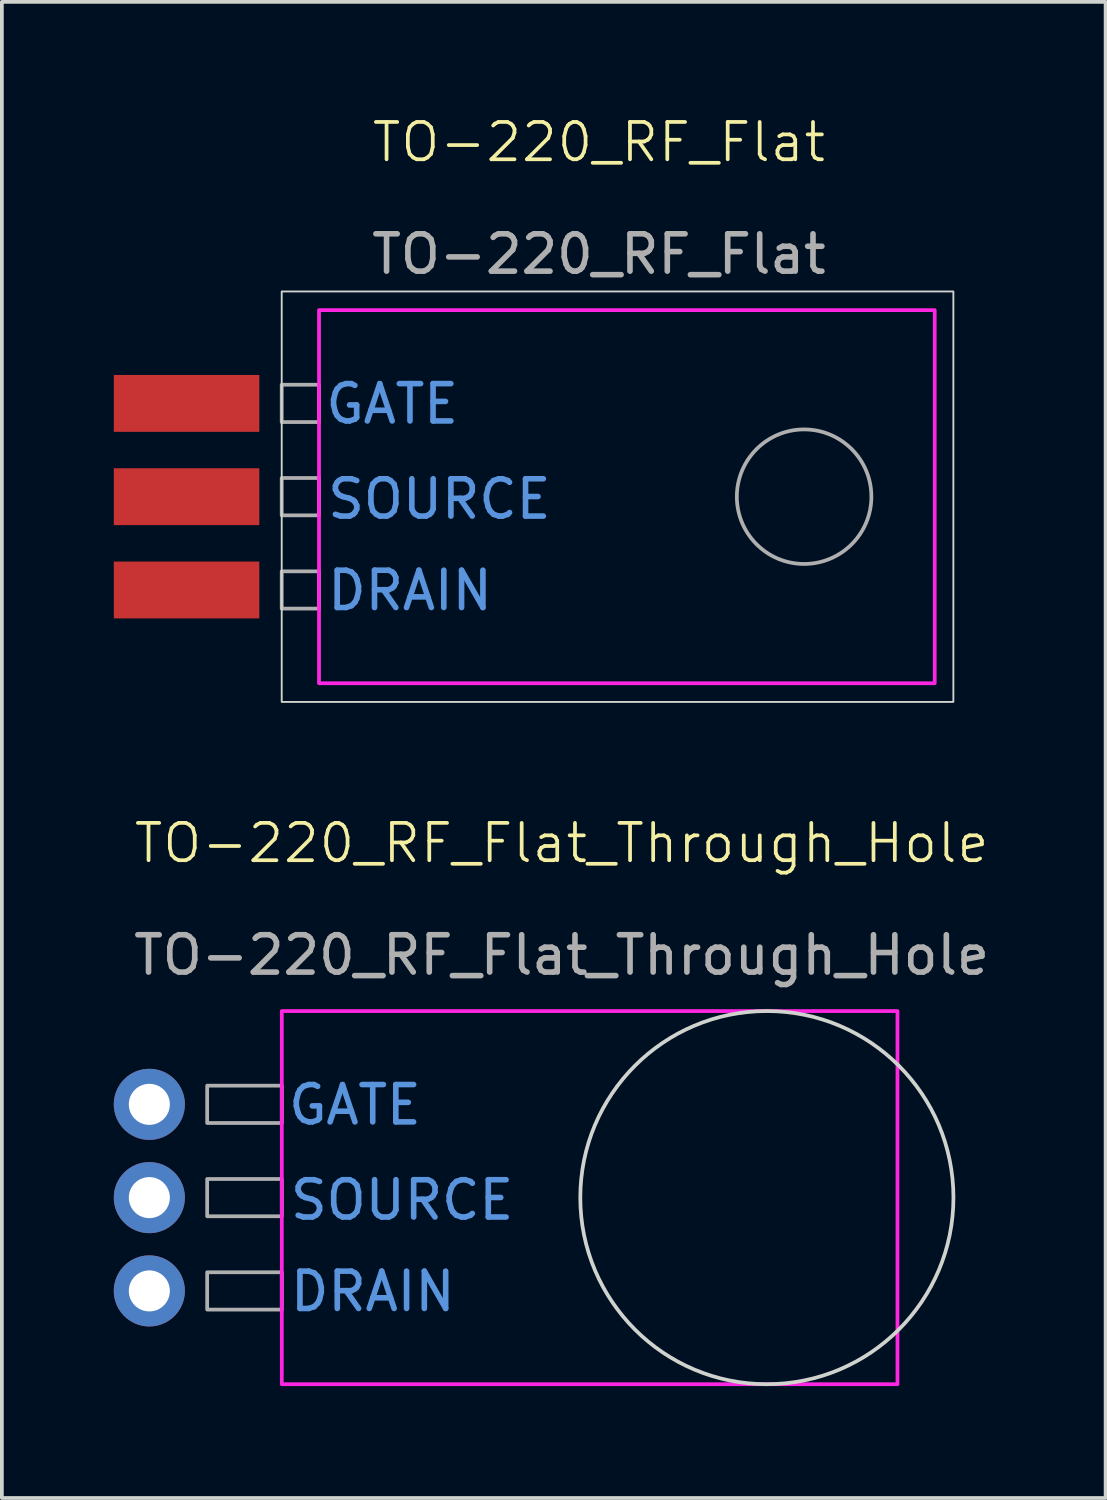
<source format=kicad_pcb>
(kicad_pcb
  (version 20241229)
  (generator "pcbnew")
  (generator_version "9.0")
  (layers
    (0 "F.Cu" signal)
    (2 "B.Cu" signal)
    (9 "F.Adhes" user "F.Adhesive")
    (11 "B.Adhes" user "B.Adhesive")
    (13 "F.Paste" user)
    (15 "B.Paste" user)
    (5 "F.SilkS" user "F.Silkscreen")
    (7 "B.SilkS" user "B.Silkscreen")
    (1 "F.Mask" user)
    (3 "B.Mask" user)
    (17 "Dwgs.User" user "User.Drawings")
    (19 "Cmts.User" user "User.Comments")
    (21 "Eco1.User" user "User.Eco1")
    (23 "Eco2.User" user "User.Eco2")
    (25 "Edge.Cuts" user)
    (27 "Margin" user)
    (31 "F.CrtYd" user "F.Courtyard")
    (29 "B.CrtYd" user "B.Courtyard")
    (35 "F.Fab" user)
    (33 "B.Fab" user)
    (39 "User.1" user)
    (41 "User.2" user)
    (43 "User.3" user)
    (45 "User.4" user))
  (footprint "TO-220_RF_Flat_Through_Hole"
    (layer "F.Cu")
    (at 12.002 29.046)
    (property "Reference" "TO-220_RF_Flat_Through_Hole" (at 0 -9.5 0) (unlocked yes) (layer "F.SilkS") (effects (font (size 1 1) (thickness 0.1))))
    (attr through_hole)
    (fp_circle (center 5.5 0) (end 10.5 0) (stroke (width 0.1) (type solid)) (fill no) (layer "Edge.Cuts"))
    (fp_rect (start -7.5 -5) (end 9 5) (stroke (width 0.1) (type default)) (fill no) (layer "F.CrtYd"))
    (fp_rect (start -9.5 -3) (end -7.5 -2) (stroke (width 0.1) (type default)) (fill no) (layer "F.Fab"))
    (fp_rect (start -9.5 -0.5) (end -7.5 0.5) (stroke (width 0.1) (type default)) (fill no) (layer "F.Fab"))
    (fp_rect (start -9.5 2) (end -7.5 3) (stroke (width 0.1) (type default)) (fill no) (layer "F.Fab"))
    (fp_line (start 2 -5) (end 2 5) (stroke (width 0.1) (type default)) (layer "User.2"))
    (fp_text user "GATE" (at -7.4 -1.9 0) (unlocked yes) (layer "Cmts.User") (effects (font (size 1 1) (thickness 0.15)) (justify left bottom)))
    (fp_text user "DRAIN" (at -7.35 3.1 0) (unlocked yes) (layer "Cmts.User") (effects (font (size 1 1) (thickness 0.15)) (justify left bottom)))
    (fp_text user "SOURCE" (at -7.35 0.65 0) (unlocked yes) (layer "Cmts.User") (effects (font (size 1 1) (thickness 0.15)) (justify left bottom)))
    (fp_text user "${REFERENCE}" (at 0 -6.5 0) (unlocked yes) (layer "F.Fab") (effects (font (size 1 1) (thickness 0.15))))
    (pad "1" thru_hole circle (at -11.05 -2.5) (size 1.905 1.905) (drill 1.1) (layers "*.Cu" "*.Mask"))
    (pad "2" thru_hole circle (at -11.05 0) (size 1.905 1.905) (drill 1.1) (layers "*.Cu" "*.Mask"))
    (pad "3" thru_hole circle (at -11.05 2.5) (size 1.905 1.905) (drill 1.1) (layers "*.Cu" "*.Mask")))
  (footprint "TO-220_RF_Flat"
    (layer "F.Cu")
    (at 13 10.261)
    (property "Reference" "TO-220_RF_Flat" (at 0 -9.5 0) (unlocked yes) (layer "F.SilkS") (effects (font (size 1 1) (thickness 0.1))))
    (attr smd)
    (fp_rect (start -8.5 -5.5) (end 9.5 5.5) (stroke (width 0.05) (type default)) (fill no) (layer "Edge.Cuts"))
    (fp_rect (start -7.5 -5) (end 9 5) (stroke (width 0.1) (type default)) (fill no) (layer "F.CrtYd"))
    (fp_rect (start -8.5 -3) (end -7.5 -2) (stroke (width 0.1) (type default)) (fill no) (layer "F.Fab"))
    (fp_rect (start -8.5 -0.5) (end -7.5 0.5) (stroke (width 0.1) (type default)) (fill no) (layer "F.Fab"))
    (fp_rect (start -8.5 2) (end -7.5 3) (stroke (width 0.1) (type default)) (fill no) (layer "F.Fab"))
    (fp_circle (center 5.5 0) (end 7 -1) (stroke (width 0.1) (type default)) (fill no) (layer "F.Fab"))
    (fp_line (start 2 -5) (end 2 5) (stroke (width 0.1) (type default)) (layer "User.2"))
    (fp_text user "GATE" (at -7.4 -1.9 0) (unlocked yes) (layer "Cmts.User") (effects (font (size 1 1) (thickness 0.15)) (justify left bottom)))
    (fp_text user "DRAIN" (at -7.35 3.1 0) (unlocked yes) (layer "Cmts.User") (effects (font (size 1 1) (thickness 0.15)) (justify left bottom)))
    (fp_text user "SOURCE" (at -7.35 0.65 0) (unlocked yes) (layer "Cmts.User") (effects (font (size 1 1) (thickness 0.15)) (justify left bottom)))
    (fp_text user "${REFERENCE}" (at 0 -6.5 0) (unlocked yes) (layer "F.Fab") (effects (font (size 1 1) (thickness 0.15))))
    (pad "1" smd rect (at -11.05 -2.5) (size 3.9 1.524) (layers "F.Cu" "F.Mask" "F.Paste"))
    (pad "2" smd rect (at -11.05 0) (size 3.9 1.524) (layers "F.Cu" "F.Mask" "F.Paste"))
    (pad "3" smd rect (at -11.05 2.5) (size 3.9 1.524) (layers "F.Cu" "F.Mask" "F.Paste")))
  (gr_rect
    (start -3 -3)
    (end 26.58 37.096)
    (stroke (width 0.1) (type default))
    (fill no)
    (layer "Edge.Cuts")))
</source>
